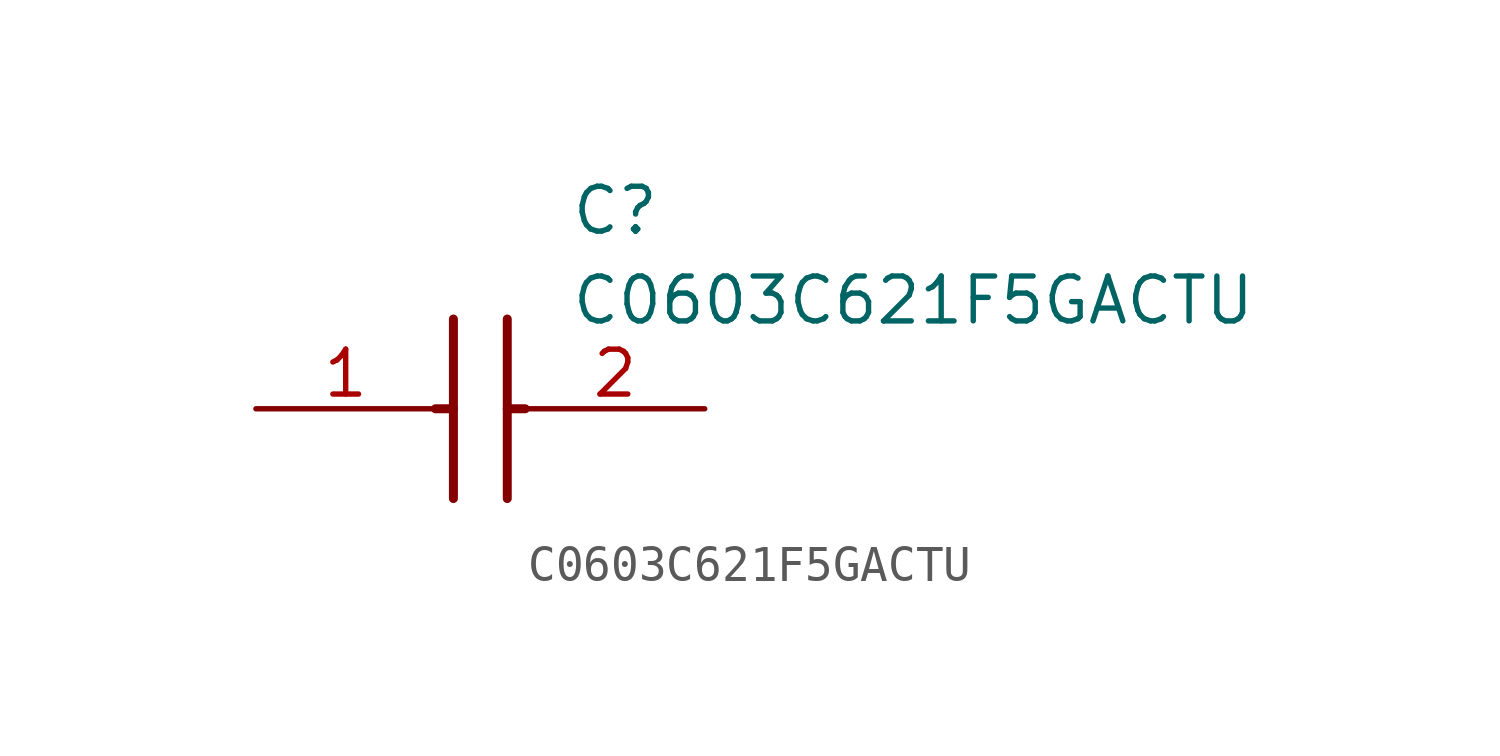
<source format=kicad_sym>
(kicad_symbol_lib
  (version 20211014)
  (generator SamacSys_ECAD_Model)
  (symbol "C0603C621F5GACTU"
    (pin_names hide)
    (property "Reference" "C"
      (at 8.89 6.35 0)
      (effects (font (size 1.27 1.27)) (justify left top)))
    (property "Value" "C0603C621F5GACTU"
      (at 8.89 3.81 0)
      (effects (font (size 1.27 1.27)) (justify left top)))
    (polyline
      (pts (xy 5.588 2.54) (xy 5.588 -2.54))
      (stroke (width 0.254) (type default))
      (fill (type none)))
    (polyline
      (pts (xy 7.112 2.54) (xy 7.112 -2.54))
      (stroke (width 0.254) (type default))
      (fill (type none)))
    (polyline
      (pts (xy 5.08 0) (xy 5.588 0))
      (stroke (width 0.254) (type default))
      (fill (type none)))
    (polyline
      (pts (xy 7.112 0) (xy 7.62 0))
      (stroke (width 0.254) (type default))
      (fill (type none)))
    (pin passive line
      (at 0 0 0)
      (length 5.08)
      (name "1" (effects (font (size 1.27 1.27))))
      (number "1" (effects (font (size 1.27 1.27)))))
    (pin passive line
      (at 12.7 0 180)
      (length 5.08)
      (name "2" (effects (font (size 1.27 1.27))))
      (number "2" (effects (font (size 1.27 1.27)))))))
</source>
